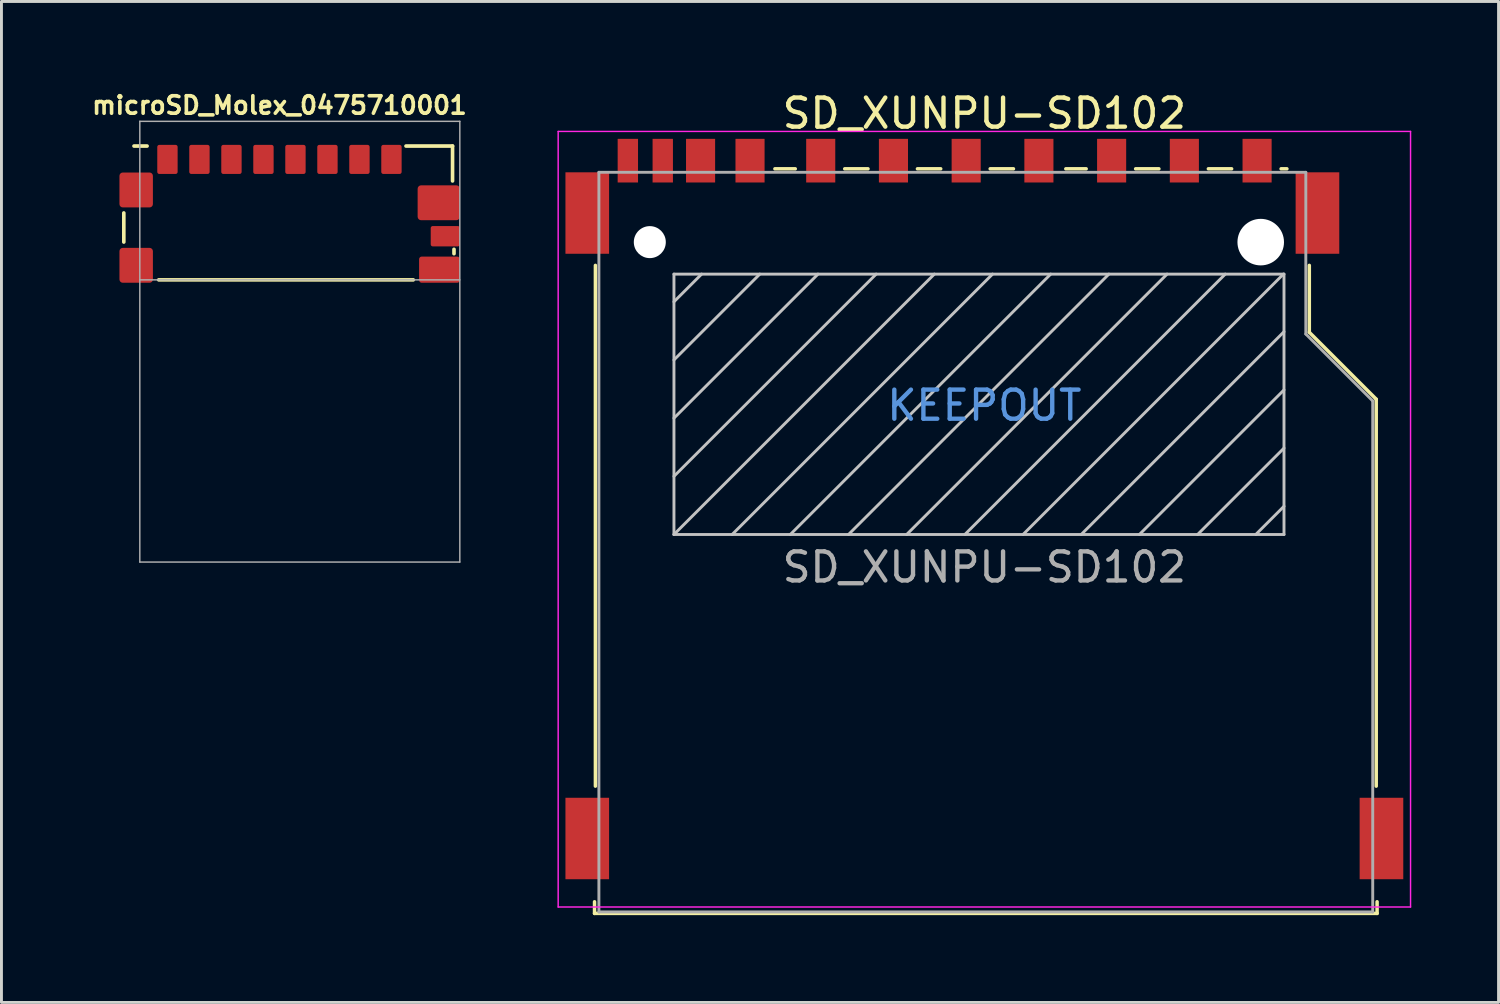
<source format=kicad_pcb>
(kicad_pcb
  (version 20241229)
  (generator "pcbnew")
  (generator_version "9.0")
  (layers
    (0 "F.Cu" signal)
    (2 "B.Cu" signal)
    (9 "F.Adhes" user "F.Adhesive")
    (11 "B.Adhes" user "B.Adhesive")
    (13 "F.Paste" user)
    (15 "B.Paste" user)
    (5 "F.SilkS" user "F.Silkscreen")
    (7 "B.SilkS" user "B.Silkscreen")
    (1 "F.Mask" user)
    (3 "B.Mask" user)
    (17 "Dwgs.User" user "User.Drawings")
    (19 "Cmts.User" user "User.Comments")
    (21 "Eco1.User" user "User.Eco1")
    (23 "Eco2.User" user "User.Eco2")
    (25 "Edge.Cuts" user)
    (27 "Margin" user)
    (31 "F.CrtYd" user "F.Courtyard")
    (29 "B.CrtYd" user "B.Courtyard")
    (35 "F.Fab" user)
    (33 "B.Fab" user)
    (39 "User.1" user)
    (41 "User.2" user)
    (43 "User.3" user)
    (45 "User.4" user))
  (footprint "SD_XUNPU-SD102"
    (layer "F.Cu")
    (at 30.787 14.448)
    (property "Reference" "SD_XUNPU-SD102" (at 0 -13.6 0) (layer "F.SilkS") (effects (font (size 1 1) (thickness 0.15))))
    (attr smd)
    (fp_line (start -13.4 13.5) (end -13.4 13.9) (stroke (width 0.12) (type solid)) (layer "F.SilkS"))
    (fp_line (start -13.4 13.9) (end 13.5 13.9) (stroke (width 0.12) (type solid)) (layer "F.SilkS"))
    (fp_line (start -13.37 -8.375) (end -13.37 9.525) (stroke (width 0.12) (type solid)) (layer "F.SilkS"))
    (fp_line (start -7.2 -11.695) (end -6.5 -11.695) (stroke (width 0.12) (type solid)) (layer "F.SilkS"))
    (fp_line (start -4.8 -11.695) (end -4 -11.695) (stroke (width 0.12) (type solid)) (layer "F.SilkS"))
    (fp_line (start -2.3 -11.695) (end -1.5 -11.695) (stroke (width 0.12) (type solid)) (layer "F.SilkS"))
    (fp_line (start 0.2 -11.695) (end 1 -11.695) (stroke (width 0.12) (type solid)) (layer "F.SilkS"))
    (fp_line (start 2.8 -11.695) (end 3.5 -11.695) (stroke (width 0.12) (type solid)) (layer "F.SilkS"))
    (fp_line (start 5.2 -11.695) (end 6 -11.695) (stroke (width 0.12) (type solid)) (layer "F.SilkS"))
    (fp_line (start 7.7 -11.695) (end 8.5 -11.695) (stroke (width 0.12) (type solid)) (layer "F.SilkS"))
    (fp_line (start 10.2 -11.695) (end 10.4 -11.695) (stroke (width 0.12) (type solid)) (layer "F.SilkS"))
    (fp_line (start 11.17 -8.375) (end 11.17 -6.075) (stroke (width 0.12) (type solid)) (layer "F.SilkS"))
    (fp_line (start 11.17 -6.075) (end 13.47 -3.775) (stroke (width 0.12) (type solid)) (layer "F.SilkS"))
    (fp_line (start 13.47 -3.775) (end 13.47 9.525) (stroke (width 0.12) (type solid)) (layer "F.SilkS"))
    (fp_line (start 13.5 13.9) (end 13.5 13.5) (stroke (width 0.12) (type solid)) (layer "F.SilkS"))
    (fp_line (start -10.67 -8.075) (end -10.67 0.875) (stroke (width 0.1) (type solid)) (layer "Dwgs.User"))
    (fp_line (start -10.67 0.875) (end 10.3 0.875) (stroke (width 0.1) (type solid)) (layer "Dwgs.User"))
    (fp_line (start -9.72 -8.075) (end -10.67 -7.125) (stroke (width 0.1) (type solid)) (layer "Dwgs.User"))
    (fp_line (start -7.72 -8.075) (end -10.67 -5.125) (stroke (width 0.1) (type solid)) (layer "Dwgs.User"))
    (fp_line (start -5.72 -8.075) (end -10.67 -3.125) (stroke (width 0.1) (type solid)) (layer "Dwgs.User"))
    (fp_line (start -3.72 -8.075) (end -10.67 -1.125) (stroke (width 0.1) (type solid)) (layer "Dwgs.User"))
    (fp_line (start -1.72 -8.075) (end -10.67 0.875) (stroke (width 0.1) (type solid)) (layer "Dwgs.User"))
    (fp_line (start 0.28 -8.075) (end -8.67 0.875) (stroke (width 0.1) (type solid)) (layer "Dwgs.User"))
    (fp_line (start 2.28 -8.075) (end -6.67 0.875) (stroke (width 0.1) (type solid)) (layer "Dwgs.User"))
    (fp_line (start 4.28 -8.075) (end -4.67 0.875) (stroke (width 0.1) (type solid)) (layer "Dwgs.User"))
    (fp_line (start 6.28 -8.075) (end -2.67 0.875) (stroke (width 0.1) (type solid)) (layer "Dwgs.User"))
    (fp_line (start 8.28 -8.075) (end -0.67 0.875) (stroke (width 0.1) (type solid)) (layer "Dwgs.User"))
    (fp_line (start 10.28 -8.075) (end 1.33 0.875) (stroke (width 0.1) (type solid)) (layer "Dwgs.User"))
    (fp_line (start 10.3 -8.075) (end -10.67 -8.075) (stroke (width 0.1) (type solid)) (layer "Dwgs.User"))
    (fp_line (start 10.3 -6.095) (end 3.33 0.875) (stroke (width 0.1) (type solid)) (layer "Dwgs.User"))
    (fp_line (start 10.3 -4.095) (end 5.33 0.875) (stroke (width 0.1) (type solid)) (layer "Dwgs.User"))
    (fp_line (start 10.3 -2.095) (end 7.33 0.875) (stroke (width 0.1) (type solid)) (layer "Dwgs.User"))
    (fp_line (start 10.3 -0.095) (end 9.33 0.875) (stroke (width 0.1) (type solid)) (layer "Dwgs.User"))
    (fp_line (start 10.3 0.875) (end 10.3 -8.075) (stroke (width 0.1) (type solid)) (layer "Dwgs.User"))
    (fp_line (start -14.65 -12.98) (end -14.65 13.68) (stroke (width 0.05) (type solid)) (layer "F.CrtYd"))
    (fp_line (start -14.65 -12.98) (end 14.65 -12.98) (stroke (width 0.05) (type solid)) (layer "F.CrtYd"))
    (fp_line (start 14.65 13.68) (end -14.65 13.68) (stroke (width 0.05) (type solid)) (layer "F.CrtYd"))
    (fp_line (start 14.65 13.68) (end 14.65 -12.98) (stroke (width 0.05) (type solid)) (layer "F.CrtYd"))
    (fp_line (start -13.25 -11.575) (end -13.25 13.85) (stroke (width 0.1) (type solid)) (layer "F.Fab"))
    (fp_line (start -13.25 13.85) (end 13.35 13.85) (stroke (width 0.1) (type solid)) (layer "F.Fab"))
    (fp_line (start 11.05 -11.575) (end -13.25 -11.575) (stroke (width 0.1) (type solid)) (layer "F.Fab"))
    (fp_line (start 11.05 -6.015) (end 11.05 -11.575) (stroke (width 0.1) (type solid)) (layer "F.Fab"))
    (fp_line (start 13.35 -3.715) (end 11.05 -6.015) (stroke (width 0.1) (type solid)) (layer "F.Fab"))
    (fp_line (start 13.35 13.85) (end 13.35 -3.715) (stroke (width 0.1) (type solid)) (layer "F.Fab"))
    (fp_text user "KEEPOUT" (at 0 -3.56 0) (layer "Cmts.User") (effects (font (size 1 1) (thickness 0.15))))
    (fp_text user "${REFERENCE}" (at 0 2 0) (layer "F.Fab") (effects (font (size 1 1) (thickness 0.15))))
    (pad "" np_thru_hole circle (at -11.5 -9.175) (size 1.1 1.1) (drill 1.1) (layers "*.Cu" "*.Mask"))
    (pad "" np_thru_hole circle (at 9.5 -9.175) (size 1.6 1.6) (drill 1.6) (layers "*.Cu" "*.Mask"))
    (pad "1" smd rect (at 6.875 -11.975) (size 1 1.5) (layers "F.Cu" "F.Mask" "F.Paste"))
    (pad "2" smd rect (at 4.375 -11.975) (size 1 1.5) (layers "F.Cu" "F.Mask" "F.Paste"))
    (pad "3" smd rect (at 1.875 -11.975) (size 1 1.5) (layers "F.Cu" "F.Mask" "F.Paste"))
    (pad "4" smd rect (at -0.625 -11.975) (size 1 1.5) (layers "F.Cu" "F.Mask" "F.Paste"))
    (pad "5" smd rect (at -3.125 -11.975) (size 1 1.5) (layers "F.Cu" "F.Mask" "F.Paste"))
    (pad "6" smd rect (at -5.625 -11.975) (size 1 1.5) (layers "F.Cu" "F.Mask" "F.Paste"))
    (pad "7" smd rect (at -8.055 -11.975) (size 1 1.5) (layers "F.Cu" "F.Mask" "F.Paste"))
    (pad "8" smd rect (at -9.755 -11.975) (size 1 1.5) (layers "F.Cu" "F.Mask" "F.Paste"))
    (pad "9" smd rect (at 9.375 -11.975) (size 1 1.5) (layers "F.Cu" "F.Mask" "F.Paste"))
    (pad "10" smd rect (at -11.055 -11.975) (size 0.7 1.5) (layers "F.Cu" "F.Mask" "F.Paste"))
    (pad "11" smd rect (at -12.255 -11.975) (size 0.7 1.5) (layers "F.Cu" "F.Mask" "F.Paste"))
    (pad "12" smd rect (at -13.65 -10.175) (size 1.5 2.8) (layers "F.Cu" "F.Mask" "F.Paste"))
    (pad "12" smd rect (at -13.65 11.325) (size 1.5 2.8) (layers "F.Cu" "F.Mask" "F.Paste"))
    (pad "12" smd rect (at 11.45 -10.175) (size 1.5 2.8) (layers "F.Cu" "F.Mask" "F.Paste"))
    (pad "12" smd rect (at 13.65 11.325) (size 1.5 2.8) (layers "F.Cu" "F.Mask" "F.Paste")))
  (footprint "microSD_Molex_0475710001"
    (layer "F.Cu")
    (at 6.556 1.12)
    (property "Reference" "microSD_Molex_0475710001" (at 0 -0.55 0) (layer "F.SilkS") (effects (font (size 0.6 0.6) (thickness 0.125))))
    (attr smd)
    (fp_line (start -5.35 3.15) (end -5.35 4.15) (stroke (width 0.125) (type solid)) (layer "F.SilkS"))
    (fp_line (start -4.55 0.85) (end -5 0.85) (stroke (width 0.125) (type solid)) (layer "F.SilkS"))
    (fp_line (start -4.15 5.45) (end 4.6 5.45) (stroke (width 0.125) (type solid)) (layer "F.SilkS"))
    (fp_line (start 5.95 0.85) (end 4.35 0.85) (stroke (width 0.125) (type solid)) (layer "F.SilkS"))
    (fp_line (start 5.95 2.05) (end 5.95 0.85) (stroke (width 0.125) (type solid)) (layer "F.SilkS"))
    (fp_line (start 6 4.55) (end 6 4.4) (stroke (width 0.125) (type solid)) (layer "F.SilkS"))
    (fp_line (start -4.8 0) (end 6.2 0) (stroke (width 0.05) (type solid)) (layer "F.Fab"))
    (fp_line (start -4.8 5.45) (end 6.2 5.45) (stroke (width 0.05) (type solid)) (layer "F.Fab"))
    (fp_line (start -4.8 15.15) (end -4.8 0) (stroke (width 0.05) (type solid)) (layer "F.Fab"))
    (fp_line (start -4.8 15.15) (end 6.2 15.15) (stroke (width 0.05) (type solid)) (layer "F.Fab"))
    (fp_line (start 6.2 0) (end 6.2 15.15) (stroke (width 0.05) (type solid)) (layer "F.Fab"))
    (pad "1" smd roundrect (at 3.85 1.31) (size 0.7 1) (layers "F.Cu" "F.Mask" "F.Paste") (roundrect_rratio 0.1))
    (pad "2" smd roundrect (at 2.75 1.31) (size 0.7 1) (layers "F.Cu" "F.Mask" "F.Paste") (roundrect_rratio 0.1))
    (pad "3" smd roundrect (at 1.65 1.31) (size 0.7 1) (layers "F.Cu" "F.Mask" "F.Paste") (roundrect_rratio 0.1))
    (pad "4" smd roundrect (at 0.55 1.31) (size 0.7 1) (layers "F.Cu" "F.Mask" "F.Paste") (roundrect_rratio 0.1))
    (pad "5" smd roundrect (at -0.55 1.31) (size 0.7 1) (layers "F.Cu" "F.Mask" "F.Paste") (roundrect_rratio 0.1))
    (pad "6" smd roundrect (at -1.65 1.31) (size 0.7 1) (layers "F.Cu" "F.Mask" "F.Paste") (roundrect_rratio 0.1))
    (pad "7" smd roundrect (at -2.75 1.31) (size 0.7 1) (layers "F.Cu" "F.Mask" "F.Paste") (roundrect_rratio 0.1))
    (pad "8" smd roundrect (at -3.85 1.31) (size 0.7 1) (layers "F.Cu" "F.Mask" "F.Paste") (roundrect_rratio 0.1))
    (pad "9" smd roundrect (at -4.925 2.36) (size 1.15 1.2) (layers "F.Cu" "F.Mask" "F.Paste") (roundrect_rratio 0.1))
    (pad "9" smd roundrect (at -4.925 4.95) (size 1.15 1.2) (layers "F.Cu" "F.Mask" "F.Paste") (roundrect_rratio 0.1))
    (pad "9" smd roundrect (at 5.475 2.8) (size 1.45 1.2) (layers "F.Cu" "F.Mask" "F.Paste") (roundrect_rratio 0.1))
    (pad "9" smd roundrect (at 5.5 5.1) (size 1.4 0.9) (layers "F.Cu" "F.Mask" "F.Paste") (roundrect_rratio 0.1))
    (pad "9" smd roundrect (at 5.7 3.95) (size 1 0.7) (layers "F.Cu" "F.Mask" "F.Paste") (roundrect_rratio 0.1)))
  (gr_rect
    (start -3 -3)
    (end 48.462 31.408)
    (stroke (width 0.1) (type default))
    (fill no)
    (layer "Edge.Cuts")))
</source>
